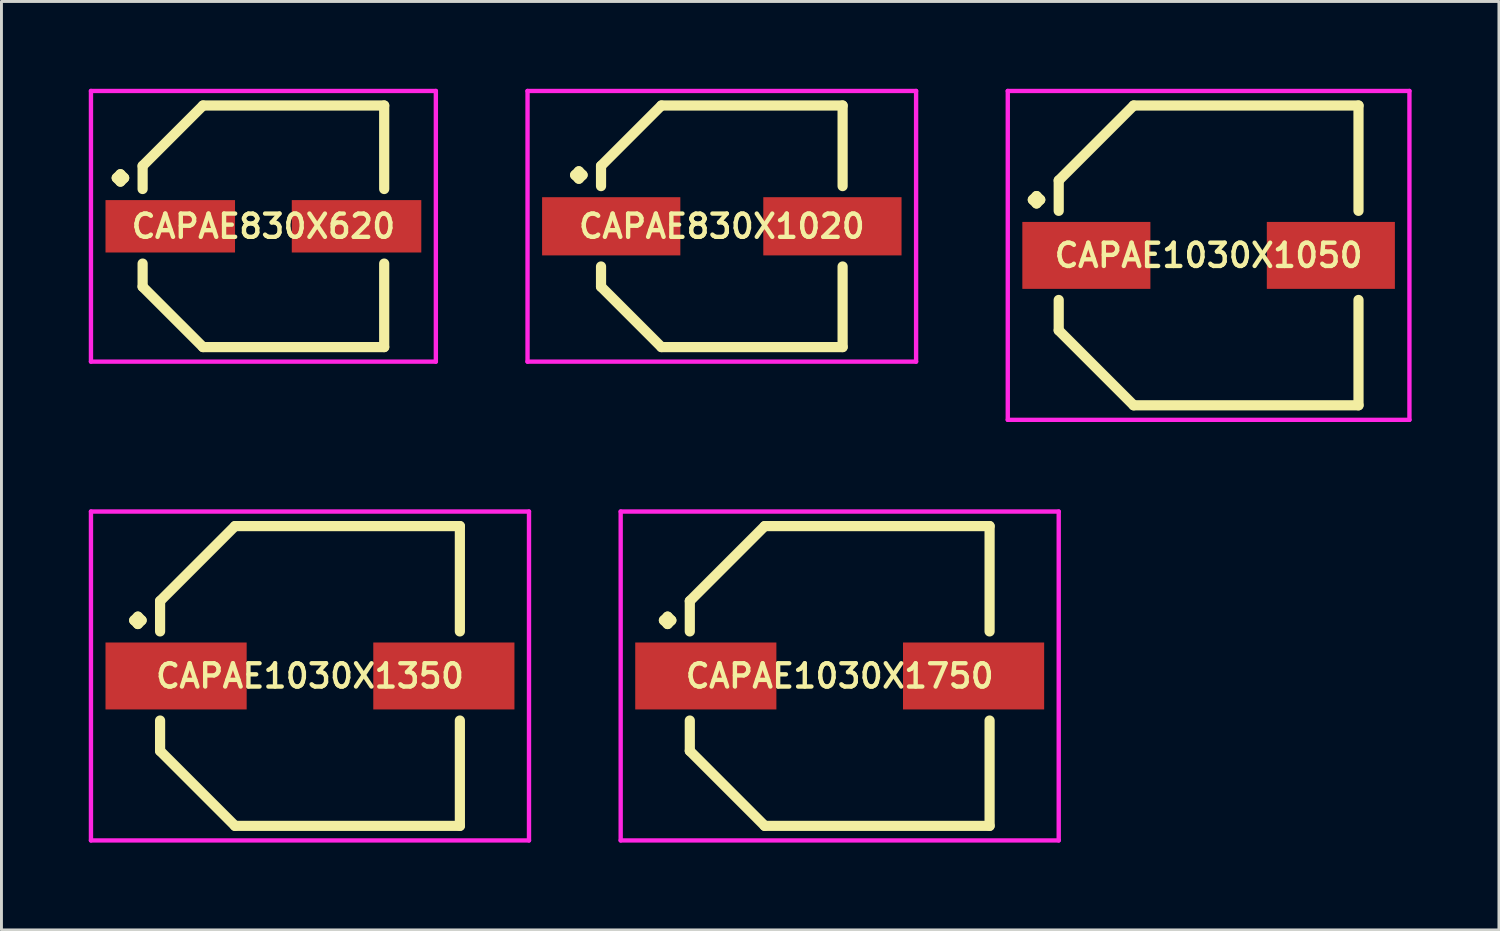
<source format=kicad_pcb>
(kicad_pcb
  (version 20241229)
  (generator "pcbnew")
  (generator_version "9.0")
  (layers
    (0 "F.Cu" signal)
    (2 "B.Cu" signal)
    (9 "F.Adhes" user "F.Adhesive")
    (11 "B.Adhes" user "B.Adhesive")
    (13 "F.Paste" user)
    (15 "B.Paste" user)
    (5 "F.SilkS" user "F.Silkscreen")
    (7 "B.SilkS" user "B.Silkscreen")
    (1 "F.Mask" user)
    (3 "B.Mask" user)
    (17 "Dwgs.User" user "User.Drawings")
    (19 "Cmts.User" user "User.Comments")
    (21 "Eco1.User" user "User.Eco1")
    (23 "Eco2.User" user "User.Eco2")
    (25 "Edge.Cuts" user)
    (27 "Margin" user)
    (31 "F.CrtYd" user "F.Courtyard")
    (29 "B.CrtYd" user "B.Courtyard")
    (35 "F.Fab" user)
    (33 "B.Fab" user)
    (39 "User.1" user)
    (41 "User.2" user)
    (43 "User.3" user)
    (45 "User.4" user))
  (footprint "CAPAE1030X1050"
    (layer "F.Cu")
    (at 38.475 5.725)
    (property "Reference" "CAPAE1030X1050" (at 0 0 0) (layer "F.SilkS") (effects (font (size 0.8 0.8) (thickness 0.15))))
    (attr smd)
    (fp_line (start -6.039 -1.912) (end -5.912 -2.039) (stroke (width 0.35) (type solid)) (layer "F.SilkS"))
    (fp_line (start -5.912 -2.039) (end -5.785 -1.912) (stroke (width 0.35) (type solid)) (layer "F.SilkS"))
    (fp_line (start -5.912 -1.785) (end -6.039 -1.912) (stroke (width 0.35) (type solid)) (layer "F.SilkS"))
    (fp_line (start -5.785 -1.912) (end -5.912 -1.785) (stroke (width 0.35) (type solid)) (layer "F.SilkS"))
    (fp_line (start -5.15 -2.575) (end -5.15 -1.531) (stroke (width 0.35) (type solid)) (layer "F.SilkS"))
    (fp_line (start -5.15 2.575) (end -5.15 1.531) (stroke (width 0.35) (type solid)) (layer "F.SilkS"))
    (fp_line (start -2.575 -5.15) (end -5.15 -2.575) (stroke (width 0.35) (type solid)) (layer "F.SilkS"))
    (fp_line (start -2.575 5.15) (end -5.15 2.575) (stroke (width 0.35) (type solid)) (layer "F.SilkS"))
    (fp_line (start 5.15 -5.15) (end -2.575 -5.15) (stroke (width 0.35) (type solid)) (layer "F.SilkS"))
    (fp_line (start 5.15 -1.531) (end 5.15 -5.15) (stroke (width 0.35) (type solid)) (layer "F.SilkS"))
    (fp_line (start 5.15 1.531) (end 5.15 5.15) (stroke (width 0.35) (type solid)) (layer "F.SilkS"))
    (fp_line (start 5.15 5.15) (end -2.575 5.15) (stroke (width 0.35) (type solid)) (layer "F.SilkS"))
    (fp_line (start -6.9 -5.65) (end 6.9 -5.65) (stroke (width 0.15) (type solid)) (layer "F.CrtYd"))
    (fp_line (start -6.9 5.65) (end -6.9 -5.65) (stroke (width 0.15) (type solid)) (layer "F.CrtYd"))
    (fp_line (start 6.9 -5.65) (end 6.9 5.65) (stroke (width 0.15) (type solid)) (layer "F.CrtYd"))
    (fp_line (start 6.9 5.65) (end -6.9 5.65) (stroke (width 0.15) (type solid)) (layer "F.CrtYd"))
    (pad "1" smd rect (at -4.2 0) (size 4.4 2.3) (layers "F.Cu" "F.Mask" "F.Paste"))
    (pad "2" smd rect (at 4.2 0) (size 4.4 2.3) (layers "F.Cu" "F.Mask" "F.Paste")))
  (footprint "CAPAE830X620"
    (layer "F.Cu")
    (at 6 4.725)
    (property "Reference" "CAPAE830X620" (at 0 0 0) (layer "F.SilkS") (effects (font (size 0.8 0.8) (thickness 0.15))))
    (attr smd)
    (fp_line (start -5.039 -1.662) (end -4.912 -1.789) (stroke (width 0.35) (type solid)) (layer "F.SilkS"))
    (fp_line (start -4.912 -1.789) (end -4.785 -1.662) (stroke (width 0.35) (type solid)) (layer "F.SilkS"))
    (fp_line (start -4.912 -1.535) (end -5.039 -1.662) (stroke (width 0.35) (type solid)) (layer "F.SilkS"))
    (fp_line (start -4.785 -1.662) (end -4.912 -1.535) (stroke (width 0.35) (type solid)) (layer "F.SilkS"))
    (fp_line (start -4.15 -2.075) (end -4.15 -1.281) (stroke (width 0.35) (type solid)) (layer "F.SilkS"))
    (fp_line (start -4.15 2.075) (end -4.15 1.281) (stroke (width 0.35) (type solid)) (layer "F.SilkS"))
    (fp_line (start -2.075 -4.15) (end -4.15 -2.075) (stroke (width 0.35) (type solid)) (layer "F.SilkS"))
    (fp_line (start -2.075 4.15) (end -4.15 2.075) (stroke (width 0.35) (type solid)) (layer "F.SilkS"))
    (fp_line (start 4.15 -4.15) (end -2.075 -4.15) (stroke (width 0.35) (type solid)) (layer "F.SilkS"))
    (fp_line (start 4.15 -1.281) (end 4.15 -4.15) (stroke (width 0.35) (type solid)) (layer "F.SilkS"))
    (fp_line (start 4.15 1.281) (end 4.15 4.15) (stroke (width 0.35) (type solid)) (layer "F.SilkS"))
    (fp_line (start 4.15 4.15) (end -2.075 4.15) (stroke (width 0.35) (type solid)) (layer "F.SilkS"))
    (fp_line (start -5.925 -4.65) (end 5.925 -4.65) (stroke (width 0.15) (type solid)) (layer "F.CrtYd"))
    (fp_line (start -5.925 4.65) (end -5.925 -4.65) (stroke (width 0.15) (type solid)) (layer "F.CrtYd"))
    (fp_line (start 5.925 -4.65) (end 5.925 4.65) (stroke (width 0.15) (type solid)) (layer "F.CrtYd"))
    (fp_line (start 5.925 4.65) (end -5.925 4.65) (stroke (width 0.15) (type solid)) (layer "F.CrtYd"))
    (pad "1" smd rect (at -3.2 0) (size 4.45 1.8) (layers "F.Cu" "F.Mask" "F.Paste"))
    (pad "2" smd rect (at 3.2 0) (size 4.45 1.8) (layers "F.Cu" "F.Mask" "F.Paste")))
  (footprint "CAPAE1030X1750"
    (layer "F.Cu")
    (at 25.8 20.175)
    (property "Reference" "CAPAE1030X1750" (at 0 0 0) (layer "F.SilkS") (effects (font (size 0.8 0.8) (thickness 0.15))))
    (attr through_hole)
    (fp_line (start -6.039 -1.912) (end -5.912 -2.039) (stroke (width 0.35) (type solid)) (layer "F.SilkS"))
    (fp_line (start -5.912 -2.039) (end -5.785 -1.912) (stroke (width 0.35) (type solid)) (layer "F.SilkS"))
    (fp_line (start -5.912 -1.785) (end -6.039 -1.912) (stroke (width 0.35) (type solid)) (layer "F.SilkS"))
    (fp_line (start -5.785 -1.912) (end -5.912 -1.785) (stroke (width 0.35) (type solid)) (layer "F.SilkS"))
    (fp_line (start -5.15 -2.575) (end -5.15 -1.531) (stroke (width 0.35) (type solid)) (layer "F.SilkS"))
    (fp_line (start -5.15 2.575) (end -5.15 1.531) (stroke (width 0.35) (type solid)) (layer "F.SilkS"))
    (fp_line (start -2.575 -5.15) (end -5.15 -2.575) (stroke (width 0.35) (type solid)) (layer "F.SilkS"))
    (fp_line (start -2.575 5.15) (end -5.15 2.575) (stroke (width 0.35) (type solid)) (layer "F.SilkS"))
    (fp_line (start 5.15 -5.15) (end -2.575 -5.15) (stroke (width 0.35) (type solid)) (layer "F.SilkS"))
    (fp_line (start 5.15 -1.531) (end 5.15 -5.15) (stroke (width 0.35) (type solid)) (layer "F.SilkS"))
    (fp_line (start 5.15 1.531) (end 5.15 5.15) (stroke (width 0.35) (type solid)) (layer "F.SilkS"))
    (fp_line (start 5.15 5.15) (end -2.575 5.15) (stroke (width 0.35) (type solid)) (layer "F.SilkS"))
    (fp_line (start -7.525 -5.65) (end 7.525 -5.65) (stroke (width 0.15) (type solid)) (layer "F.CrtYd"))
    (fp_line (start -7.525 5.65) (end -7.525 -5.65) (stroke (width 0.15) (type solid)) (layer "F.CrtYd"))
    (fp_line (start 7.525 -5.65) (end 7.525 5.65) (stroke (width 0.15) (type solid)) (layer "F.CrtYd"))
    (fp_line (start 7.525 5.65) (end -7.525 5.65) (stroke (width 0.15) (type solid)) (layer "F.CrtYd"))
    (pad "1" smd rect (at -4.6 0) (size 4.85 2.3) (layers "F.Cu" "F.Mask" "F.Paste"))
    (pad "2" smd rect (at 4.6 0) (size 4.85 2.3) (layers "F.Cu" "F.Mask" "F.Paste")))
  (footprint "CAPAE830X1020"
    (layer "F.Cu")
    (at 21.75 4.725)
    (property "Reference" "CAPAE830X1020" (at 0 0 0) (layer "F.SilkS") (effects (font (size 0.8 0.8) (thickness 0.15))))
    (attr through_hole)
    (fp_line (start -5.039 -1.762) (end -4.912 -1.889) (stroke (width 0.35) (type solid)) (layer "F.SilkS"))
    (fp_line (start -4.912 -1.889) (end -4.785 -1.762) (stroke (width 0.35) (type solid)) (layer "F.SilkS"))
    (fp_line (start -4.912 -1.635) (end -5.039 -1.762) (stroke (width 0.35) (type solid)) (layer "F.SilkS"))
    (fp_line (start -4.785 -1.762) (end -4.912 -1.635) (stroke (width 0.35) (type solid)) (layer "F.SilkS"))
    (fp_line (start -4.15 -2.075) (end -4.15 -1.381) (stroke (width 0.35) (type solid)) (layer "F.SilkS"))
    (fp_line (start -4.15 2.075) (end -4.15 1.381) (stroke (width 0.35) (type solid)) (layer "F.SilkS"))
    (fp_line (start -2.075 -4.15) (end -4.15 -2.075) (stroke (width 0.35) (type solid)) (layer "F.SilkS"))
    (fp_line (start -2.075 4.15) (end -4.15 2.075) (stroke (width 0.35) (type solid)) (layer "F.SilkS"))
    (fp_line (start 4.15 -4.15) (end -2.075 -4.15) (stroke (width 0.35) (type solid)) (layer "F.SilkS"))
    (fp_line (start 4.15 -1.381) (end 4.15 -4.15) (stroke (width 0.35) (type solid)) (layer "F.SilkS"))
    (fp_line (start 4.15 1.381) (end 4.15 4.15) (stroke (width 0.35) (type solid)) (layer "F.SilkS"))
    (fp_line (start 4.15 4.15) (end -2.075 4.15) (stroke (width 0.35) (type solid)) (layer "F.SilkS"))
    (fp_line (start -6.675 -4.65) (end 6.675 -4.65) (stroke (width 0.15) (type solid)) (layer "F.CrtYd"))
    (fp_line (start -6.675 4.65) (end -6.675 -4.65) (stroke (width 0.15) (type solid)) (layer "F.CrtYd"))
    (fp_line (start 6.675 -4.65) (end 6.675 4.65) (stroke (width 0.15) (type solid)) (layer "F.CrtYd"))
    (fp_line (start 6.675 4.65) (end -6.675 4.65) (stroke (width 0.15) (type solid)) (layer "F.CrtYd"))
    (pad "1" smd rect (at -3.8 0) (size 4.75 2) (layers "F.Cu" "F.Mask" "F.Paste"))
    (pad "2" smd rect (at 3.8 0) (size 4.75 2) (layers "F.Cu" "F.Mask" "F.Paste")))
  (footprint "CAPAE1030X1350"
    (layer "F.Cu")
    (at 7.6 20.175)
    (property "Reference" "CAPAE1030X1350" (at 0 0 0) (layer "F.SilkS") (effects (font (size 0.8 0.8) (thickness 0.15))))
    (attr smd)
    (fp_line (start -6.039 -1.912) (end -5.912 -2.039) (stroke (width 0.35) (type solid)) (layer "F.SilkS"))
    (fp_line (start -5.912 -2.039) (end -5.785 -1.912) (stroke (width 0.35) (type solid)) (layer "F.SilkS"))
    (fp_line (start -5.912 -1.785) (end -6.039 -1.912) (stroke (width 0.35) (type solid)) (layer "F.SilkS"))
    (fp_line (start -5.785 -1.912) (end -5.912 -1.785) (stroke (width 0.35) (type solid)) (layer "F.SilkS"))
    (fp_line (start -5.15 -2.575) (end -5.15 -1.531) (stroke (width 0.35) (type solid)) (layer "F.SilkS"))
    (fp_line (start -5.15 2.575) (end -5.15 1.531) (stroke (width 0.35) (type solid)) (layer "F.SilkS"))
    (fp_line (start -2.575 -5.15) (end -5.15 -2.575) (stroke (width 0.35) (type solid)) (layer "F.SilkS"))
    (fp_line (start -2.575 5.15) (end -5.15 2.575) (stroke (width 0.35) (type solid)) (layer "F.SilkS"))
    (fp_line (start 5.15 -5.15) (end -2.575 -5.15) (stroke (width 0.35) (type solid)) (layer "F.SilkS"))
    (fp_line (start 5.15 -1.531) (end 5.15 -5.15) (stroke (width 0.35) (type solid)) (layer "F.SilkS"))
    (fp_line (start 5.15 1.531) (end 5.15 5.15) (stroke (width 0.35) (type solid)) (layer "F.SilkS"))
    (fp_line (start 5.15 5.15) (end -2.575 5.15) (stroke (width 0.35) (type solid)) (layer "F.SilkS"))
    (fp_line (start -7.525 -5.65) (end 7.525 -5.65) (stroke (width 0.15) (type solid)) (layer "F.CrtYd"))
    (fp_line (start -7.525 5.65) (end -7.525 -5.65) (stroke (width 0.15) (type solid)) (layer "F.CrtYd"))
    (fp_line (start 7.525 -5.65) (end 7.525 5.65) (stroke (width 0.15) (type solid)) (layer "F.CrtYd"))
    (fp_line (start 7.525 5.65) (end -7.525 5.65) (stroke (width 0.15) (type solid)) (layer "F.CrtYd"))
    (pad "1" smd rect (at -4.6 0) (size 4.85 2.3) (layers "F.Cu" "F.Mask" "F.Paste"))
    (pad "2" smd rect (at 4.6 0) (size 4.85 2.3) (layers "F.Cu" "F.Mask" "F.Paste")))
  (gr_rect
    (start -3 -3)
    (end 48.45 28.9)
    (stroke (width 0.1) (type default))
    (fill no)
    (layer "Edge.Cuts")))
</source>
